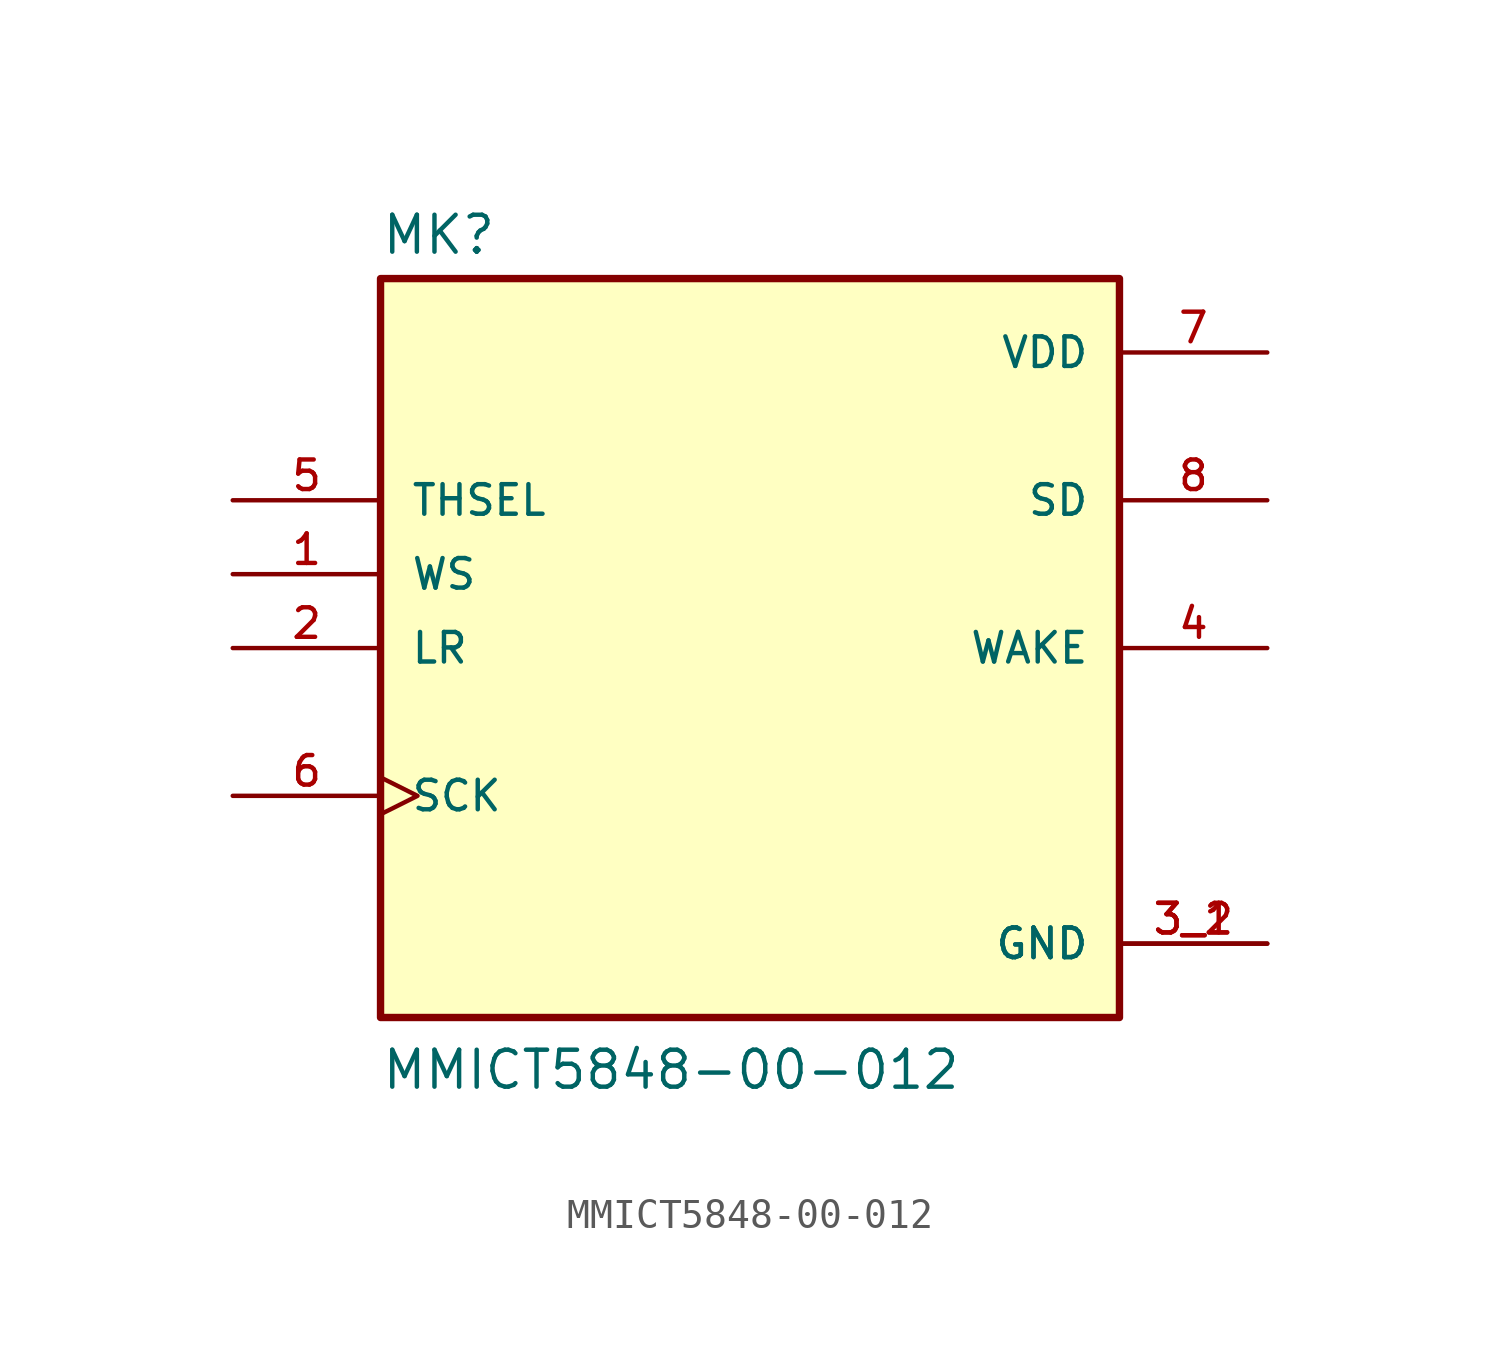
<source format=kicad_sym>
(kicad_symbol_lib
  (version 20211014)
  (generator kicad_symbol_editor)
  (symbol "MMICT5848-00-012"
    (pin_names
      (offset 1.016))
    (property "Reference" "MK"
      (at -12.7 13.462 0)
      (effects (font (size 1.27 1.27)) (justify bottom left)))
    (property "Value" "MMICT5848-00-012"
      (at -12.7 -15.24 0)
      (effects (font (size 1.27 1.27)) (justify bottom left)))
    (symbol "MMICT5848-00-012_0_0"
      (rectangle (start -12.7 -12.7) (end 12.7 12.7) (stroke (width 0.254)) (fill (type background)))
      (pin output line (at 17.78 5.08 180.0) (length 5.08) (name "SD" (effects (font (size 1.016 1.016)))) (number "8" (effects (font (size 1.016 1.016)))))
      (pin input line (at -17.78 2.54 0) (length 5.08) (name "WS" (effects (font (size 1.016 1.016)))) (number "1" (effects (font (size 1.016 1.016)))))
      (pin power_in line (at 17.78 -10.16 180.0) (length 5.08) (name "GND" (effects (font (size 1.016 1.016)))) (number "3_1" (effects (font (size 1.016 1.016)))))
      (pin power_in line (at 17.78 -10.16 180.0) (length 5.08) (name "GND" (effects (font (size 1.016 1.016)))) (number "3_2" (effects (font (size 1.016 1.016)))))
      (pin output line (at 17.78 0.0 180.0) (length 5.08) (name "WAKE" (effects (font (size 1.016 1.016)))) (number "4" (effects (font (size 1.016 1.016)))))
      (pin input line (at -17.78 0.0 0) (length 5.08) (name "LR" (effects (font (size 1.016 1.016)))) (number "2" (effects (font (size 1.016 1.016)))))
      (pin input clock (at -17.78 -5.08 0) (length 5.08) (name "SCK" (effects (font (size 1.016 1.016)))) (number "6" (effects (font (size 1.016 1.016)))))
      (pin power_in line (at 17.78 10.16 180.0) (length 5.08) (name "VDD" (effects (font (size 1.016 1.016)))) (number "7" (effects (font (size 1.016 1.016)))))
      (pin input line (at -17.78 5.08 0) (length 5.08) (name "THSEL" (effects (font (size 1.016 1.016)))) (number "5" (effects (font (size 1.016 1.016))))))))
</source>
